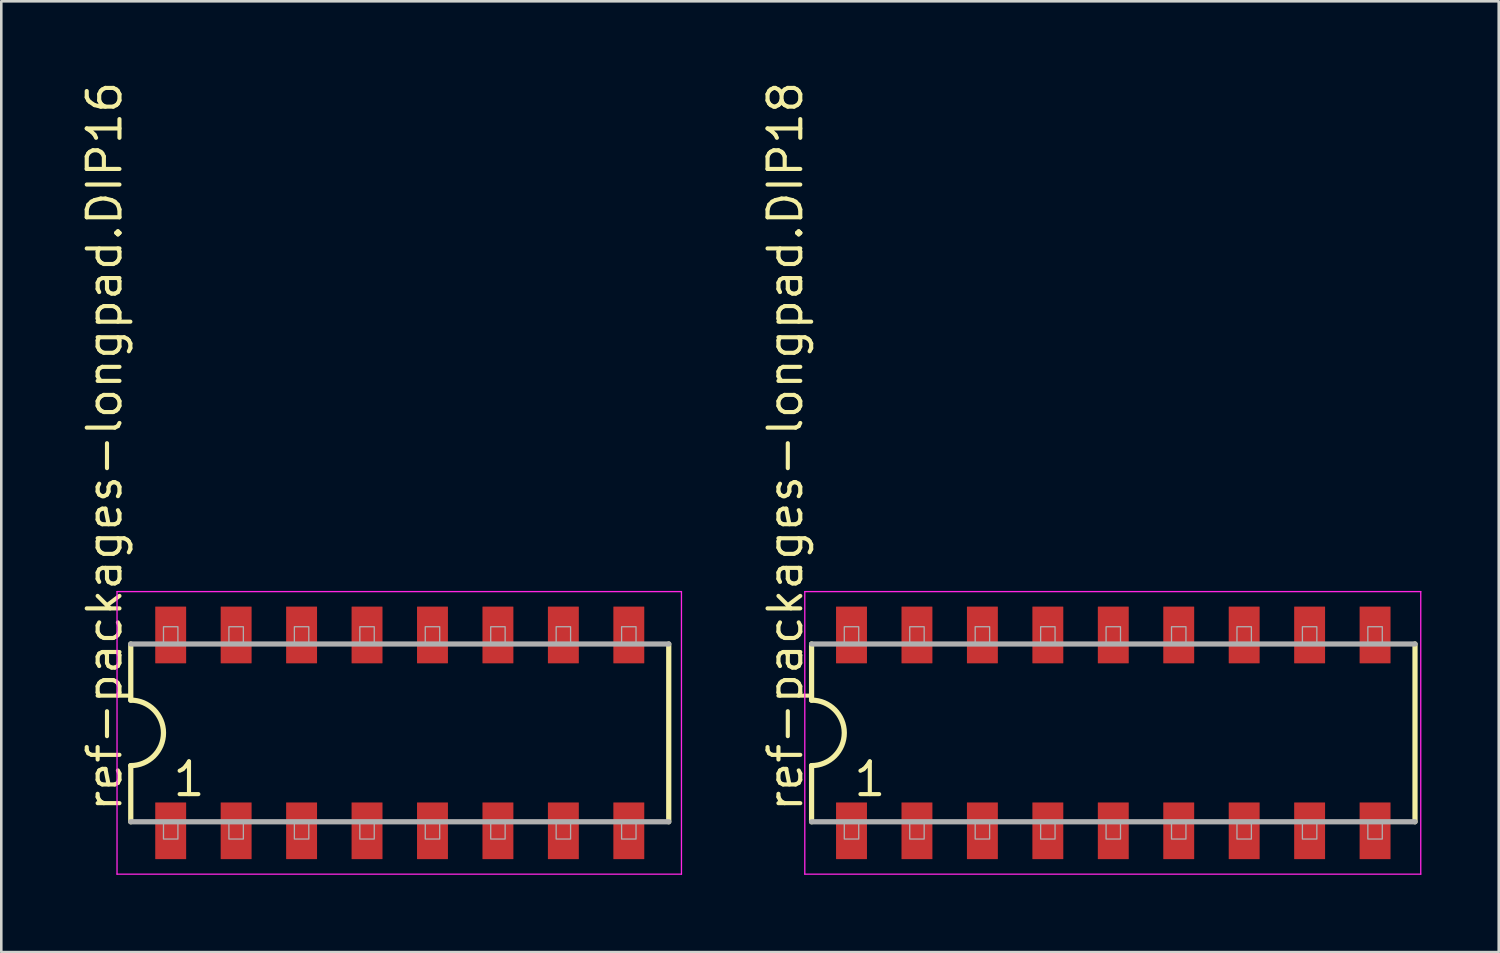
<source format=kicad_pcb>
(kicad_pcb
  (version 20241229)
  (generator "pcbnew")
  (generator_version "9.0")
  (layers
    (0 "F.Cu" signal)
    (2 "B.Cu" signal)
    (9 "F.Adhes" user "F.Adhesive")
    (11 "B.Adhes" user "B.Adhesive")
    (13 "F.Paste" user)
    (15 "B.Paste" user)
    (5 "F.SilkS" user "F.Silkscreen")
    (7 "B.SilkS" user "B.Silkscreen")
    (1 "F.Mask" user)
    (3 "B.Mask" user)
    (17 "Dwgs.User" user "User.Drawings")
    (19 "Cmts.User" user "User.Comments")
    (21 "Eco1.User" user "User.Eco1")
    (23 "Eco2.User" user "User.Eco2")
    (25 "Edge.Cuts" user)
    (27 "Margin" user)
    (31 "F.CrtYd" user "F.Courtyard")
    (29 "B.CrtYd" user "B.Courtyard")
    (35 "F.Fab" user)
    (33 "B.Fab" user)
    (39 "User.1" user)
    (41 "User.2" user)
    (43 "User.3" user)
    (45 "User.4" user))
  (footprint "ref-packages-longpad.DIP18"
    (layer "F.Cu")
    (at 40.158 25.394)
    (property "Reference" "ref-packages-longpad.DIP18" (at -11.985 3.135 90) (layer "F.SilkS") (effects (font (size 1.27 1.27) (thickness 0.16)) (justify left bottom)))
    (attr smd)
    (fp_line (start -11.71 -3.45) (end -11.71 -1.27) (stroke (width 0.203) (type default)) (layer "F.SilkS"))
    (fp_line (start -11.71 1.27) (end -11.71 3.45) (stroke (width 0.203) (type default)) (layer "F.SilkS"))
    (fp_line (start 11.71 3.45) (end 11.71 -3.45) (stroke (width 0.203) (type default)) (layer "F.SilkS"))
    (fp_arc (start -11.71 -1.27) (mid -10.44 0) (end -11.71 1.27) (stroke (width 0.2032) (type default)) (layer "F.SilkS"))
    (fp_line (start -11.973 -5.483) (end 11.933 -5.483) (stroke (width 0.051) (type default)) (layer "F.CrtYd"))
    (fp_line (start -11.973 5.483) (end -11.973 -5.483) (stroke (width 0.051) (type default)) (layer "F.CrtYd"))
    (fp_line (start 11.933 -5.483) (end 11.933 5.483) (stroke (width 0.051) (type default)) (layer "F.CrtYd"))
    (fp_line (start 11.933 5.483) (end -11.973 5.483) (stroke (width 0.051) (type default)) (layer "F.CrtYd"))
    (fp_line (start -11.71 3.45) (end 11.71 3.45) (stroke (width 0.203) (type default)) (layer "F.Fab"))
    (fp_line (start 11.71 -3.45) (end -11.71 -3.45) (stroke (width 0.203) (type default)) (layer "F.Fab"))
    (fp_rect (start -10.44 -3.45) (end -9.88 -4.12) (stroke (width 0.05) (type default)) (fill no) (layer "F.Fab"))
    (fp_rect (start -10.44 4.12) (end -9.88 3.45) (stroke (width 0.05) (type default)) (fill no) (layer "F.Fab"))
    (fp_rect (start -7.9 -3.45) (end -7.34 -4.12) (stroke (width 0.05) (type default)) (fill no) (layer "F.Fab"))
    (fp_rect (start -7.9 4.12) (end -7.34 3.45) (stroke (width 0.05) (type default)) (fill no) (layer "F.Fab"))
    (fp_rect (start -5.36 -3.45) (end -4.8 -4.12) (stroke (width 0.05) (type default)) (fill no) (layer "F.Fab"))
    (fp_rect (start -5.36 4.12) (end -4.8 3.45) (stroke (width 0.05) (type default)) (fill no) (layer "F.Fab"))
    (fp_rect (start -2.82 -3.45) (end -2.26 -4.12) (stroke (width 0.05) (type default)) (fill no) (layer "F.Fab"))
    (fp_rect (start -2.82 4.12) (end -2.26 3.45) (stroke (width 0.05) (type default)) (fill no) (layer "F.Fab"))
    (fp_rect (start -0.28 -3.45) (end 0.28 -4.12) (stroke (width 0.05) (type default)) (fill no) (layer "F.Fab"))
    (fp_rect (start -0.28 4.12) (end 0.28 3.45) (stroke (width 0.05) (type default)) (fill no) (layer "F.Fab"))
    (fp_rect (start 2.26 -3.45) (end 2.82 -4.12) (stroke (width 0.05) (type default)) (fill no) (layer "F.Fab"))
    (fp_rect (start 2.26 4.12) (end 2.82 3.45) (stroke (width 0.05) (type default)) (fill no) (layer "F.Fab"))
    (fp_rect (start 4.8 -3.45) (end 5.36 -4.12) (stroke (width 0.05) (type default)) (fill no) (layer "F.Fab"))
    (fp_rect (start 4.8 4.12) (end 5.36 3.45) (stroke (width 0.05) (type default)) (fill no) (layer "F.Fab"))
    (fp_rect (start 7.34 -3.45) (end 7.9 -4.12) (stroke (width 0.05) (type default)) (fill no) (layer "F.Fab"))
    (fp_rect (start 7.34 4.12) (end 7.9 3.45) (stroke (width 0.05) (type default)) (fill no) (layer "F.Fab"))
    (fp_rect (start 9.88 -3.45) (end 10.44 -4.12) (stroke (width 0.05) (type default)) (fill no) (layer "F.Fab"))
    (fp_rect (start 9.88 4.12) (end 10.44 3.45) (stroke (width 0.05) (type default)) (fill no) (layer "F.Fab"))
    (fp_text user "1" (at -10.16 2.54 0) (layer "F.SilkS") (effects (font (size 1.27 1.27) (thickness 0.16)) (justify left bottom)))
    (pad "1" smd roundrect (at -10.16 3.8) (size 1.2 2.2) (layers "F.Cu" "F.Mask" "F.Paste") (roundrect_rratio 0.01))
    (pad "2" smd roundrect (at -7.62 3.8) (size 1.2 2.2) (layers "F.Cu" "F.Mask" "F.Paste") (roundrect_rratio 0.01))
    (pad "3" smd roundrect (at -5.08 3.8) (size 1.2 2.2) (layers "F.Cu" "F.Mask" "F.Paste") (roundrect_rratio 0.01))
    (pad "4" smd roundrect (at -2.54 3.8) (size 1.2 2.2) (layers "F.Cu" "F.Mask" "F.Paste") (roundrect_rratio 0.01))
    (pad "5" smd roundrect (at 0 3.8) (size 1.2 2.2) (layers "F.Cu" "F.Mask" "F.Paste") (roundrect_rratio 0.01))
    (pad "6" smd roundrect (at 2.54 3.8) (size 1.2 2.2) (layers "F.Cu" "F.Mask" "F.Paste") (roundrect_rratio 0.01))
    (pad "7" smd roundrect (at 5.08 3.8) (size 1.2 2.2) (layers "F.Cu" "F.Mask" "F.Paste") (roundrect_rratio 0.01))
    (pad "8" smd roundrect (at 7.62 3.8) (size 1.2 2.2) (layers "F.Cu" "F.Mask" "F.Paste") (roundrect_rratio 0.01))
    (pad "9" smd roundrect (at 10.16 3.8) (size 1.2 2.2) (layers "F.Cu" "F.Mask" "F.Paste") (roundrect_rratio 0.01))
    (pad "10" smd roundrect (at 10.16 -3.8) (size 1.2 2.2) (layers "F.Cu" "F.Mask" "F.Paste") (roundrect_rratio 0.01))
    (pad "11" smd roundrect (at 7.62 -3.8) (size 1.2 2.2) (layers "F.Cu" "F.Mask" "F.Paste") (roundrect_rratio 0.01))
    (pad "12" smd roundrect (at 5.08 -3.8) (size 1.2 2.2) (layers "F.Cu" "F.Mask" "F.Paste") (roundrect_rratio 0.01))
    (pad "13" smd roundrect (at 2.54 -3.8) (size 1.2 2.2) (layers "F.Cu" "F.Mask" "F.Paste") (roundrect_rratio 0.01))
    (pad "14" smd roundrect (at 0 -3.8) (size 1.2 2.2) (layers "F.Cu" "F.Mask" "F.Paste") (roundrect_rratio 0.01))
    (pad "15" smd roundrect (at -2.54 -3.8) (size 1.2 2.2) (layers "F.Cu" "F.Mask" "F.Paste") (roundrect_rratio 0.01))
    (pad "16" smd roundrect (at -5.08 -3.8) (size 1.2 2.2) (layers "F.Cu" "F.Mask" "F.Paste") (roundrect_rratio 0.01))
    (pad "17" smd roundrect (at -7.62 -3.8) (size 1.2 2.2) (layers "F.Cu" "F.Mask" "F.Paste") (roundrect_rratio 0.01))
    (pad "18" smd roundrect (at -10.16 -3.8) (size 1.2 2.2) (layers "F.Cu" "F.Mask" "F.Paste") (roundrect_rratio 0.01)))
  (footprint "ref-packages-longpad.DIP16"
    (layer "F.Cu")
    (at 12.465 25.394)
    (property "Reference" "ref-packages-longpad.DIP16" (at -10.715 3.135 90) (layer "F.SilkS") (effects (font (size 1.27 1.27) (thickness 0.16)) (justify left bottom)))
    (attr smd)
    (fp_line (start -10.44 -3.45) (end -10.44 -1.27) (stroke (width 0.203) (type default)) (layer "F.SilkS"))
    (fp_line (start -10.44 1.27) (end -10.44 3.45) (stroke (width 0.203) (type default)) (layer "F.SilkS"))
    (fp_line (start 10.44 3.45) (end 10.44 -3.45) (stroke (width 0.203) (type default)) (layer "F.SilkS"))
    (fp_arc (start -10.44 -1.27) (mid -9.17 0) (end -10.44 1.27) (stroke (width 0.2032) (type default)) (layer "F.SilkS"))
    (fp_line (start -10.973 -5.483) (end 10.933 -5.483) (stroke (width 0.051) (type default)) (layer "F.CrtYd"))
    (fp_line (start -10.973 5.483) (end -10.973 -5.483) (stroke (width 0.051) (type default)) (layer "F.CrtYd"))
    (fp_line (start 10.933 -5.483) (end 10.933 5.483) (stroke (width 0.051) (type default)) (layer "F.CrtYd"))
    (fp_line (start 10.933 5.483) (end -10.973 5.483) (stroke (width 0.051) (type default)) (layer "F.CrtYd"))
    (fp_line (start -10.44 3.45) (end 10.44 3.45) (stroke (width 0.203) (type default)) (layer "F.Fab"))
    (fp_line (start 10.44 -3.45) (end -10.44 -3.45) (stroke (width 0.203) (type default)) (layer "F.Fab"))
    (fp_rect (start -9.17 -3.45) (end -8.61 -4.12) (stroke (width 0.05) (type default)) (fill no) (layer "F.Fab"))
    (fp_rect (start -9.17 4.12) (end -8.61 3.45) (stroke (width 0.05) (type default)) (fill no) (layer "F.Fab"))
    (fp_rect (start -6.63 -3.45) (end -6.07 -4.12) (stroke (width 0.05) (type default)) (fill no) (layer "F.Fab"))
    (fp_rect (start -6.63 4.12) (end -6.07 3.45) (stroke (width 0.05) (type default)) (fill no) (layer "F.Fab"))
    (fp_rect (start -4.09 -3.45) (end -3.53 -4.12) (stroke (width 0.05) (type default)) (fill no) (layer "F.Fab"))
    (fp_rect (start -4.09 4.12) (end -3.53 3.45) (stroke (width 0.05) (type default)) (fill no) (layer "F.Fab"))
    (fp_rect (start -1.55 -3.45) (end -0.99 -4.12) (stroke (width 0.05) (type default)) (fill no) (layer "F.Fab"))
    (fp_rect (start -1.55 4.12) (end -0.99 3.45) (stroke (width 0.05) (type default)) (fill no) (layer "F.Fab"))
    (fp_rect (start 0.99 -3.45) (end 1.55 -4.12) (stroke (width 0.05) (type default)) (fill no) (layer "F.Fab"))
    (fp_rect (start 0.99 4.12) (end 1.55 3.45) (stroke (width 0.05) (type default)) (fill no) (layer "F.Fab"))
    (fp_rect (start 3.53 -3.45) (end 4.09 -4.12) (stroke (width 0.05) (type default)) (fill no) (layer "F.Fab"))
    (fp_rect (start 3.53 4.12) (end 4.09 3.45) (stroke (width 0.05) (type default)) (fill no) (layer "F.Fab"))
    (fp_rect (start 6.07 -3.45) (end 6.63 -4.12) (stroke (width 0.05) (type default)) (fill no) (layer "F.Fab"))
    (fp_rect (start 6.07 4.12) (end 6.63 3.45) (stroke (width 0.05) (type default)) (fill no) (layer "F.Fab"))
    (fp_rect (start 8.61 -3.45) (end 9.17 -4.12) (stroke (width 0.05) (type default)) (fill no) (layer "F.Fab"))
    (fp_rect (start 8.61 4.12) (end 9.17 3.45) (stroke (width 0.05) (type default)) (fill no) (layer "F.Fab"))
    (fp_text user "1" (at -8.89 2.54 0) (layer "F.SilkS") (effects (font (size 1.27 1.27) (thickness 0.16)) (justify left bottom)))
    (pad "1" smd roundrect (at -8.89 3.8) (size 1.2 2.2) (layers "F.Cu" "F.Mask" "F.Paste") (roundrect_rratio 0.01))
    (pad "2" smd roundrect (at -6.35 3.8) (size 1.2 2.2) (layers "F.Cu" "F.Mask" "F.Paste") (roundrect_rratio 0.01))
    (pad "3" smd roundrect (at -3.81 3.8) (size 1.2 2.2) (layers "F.Cu" "F.Mask" "F.Paste") (roundrect_rratio 0.01))
    (pad "4" smd roundrect (at -1.27 3.8) (size 1.2 2.2) (layers "F.Cu" "F.Mask" "F.Paste") (roundrect_rratio 0.01))
    (pad "5" smd roundrect (at 1.27 3.8) (size 1.2 2.2) (layers "F.Cu" "F.Mask" "F.Paste") (roundrect_rratio 0.01))
    (pad "6" smd roundrect (at 3.81 3.8) (size 1.2 2.2) (layers "F.Cu" "F.Mask" "F.Paste") (roundrect_rratio 0.01))
    (pad "7" smd roundrect (at 6.35 3.8) (size 1.2 2.2) (layers "F.Cu" "F.Mask" "F.Paste") (roundrect_rratio 0.01))
    (pad "8" smd roundrect (at 8.89 3.8) (size 1.2 2.2) (layers "F.Cu" "F.Mask" "F.Paste") (roundrect_rratio 0.01))
    (pad "9" smd roundrect (at 8.89 -3.8) (size 1.2 2.2) (layers "F.Cu" "F.Mask" "F.Paste") (roundrect_rratio 0.01))
    (pad "10" smd roundrect (at 6.35 -3.8) (size 1.2 2.2) (layers "F.Cu" "F.Mask" "F.Paste") (roundrect_rratio 0.01))
    (pad "11" smd roundrect (at 3.81 -3.8) (size 1.2 2.2) (layers "F.Cu" "F.Mask" "F.Paste") (roundrect_rratio 0.01))
    (pad "12" smd roundrect (at 1.27 -3.8) (size 1.2 2.2) (layers "F.Cu" "F.Mask" "F.Paste") (roundrect_rratio 0.01))
    (pad "13" smd roundrect (at -1.27 -3.8) (size 1.2 2.2) (layers "F.Cu" "F.Mask" "F.Paste") (roundrect_rratio 0.01))
    (pad "14" smd roundrect (at -3.81 -3.8) (size 1.2 2.2) (layers "F.Cu" "F.Mask" "F.Paste") (roundrect_rratio 0.01))
    (pad "15" smd roundrect (at -6.35 -3.8) (size 1.2 2.2) (layers "F.Cu" "F.Mask" "F.Paste") (roundrect_rratio 0.01))
    (pad "16" smd roundrect (at -8.89 -3.8) (size 1.2 2.2) (layers "F.Cu" "F.Mask" "F.Paste") (roundrect_rratio 0.01)))
  (gr_rect
    (start -3 -3)
    (end 55.117 33.902)
    (stroke (width 0.1) (type default))
    (fill no)
    (layer "Edge.Cuts")))
</source>
